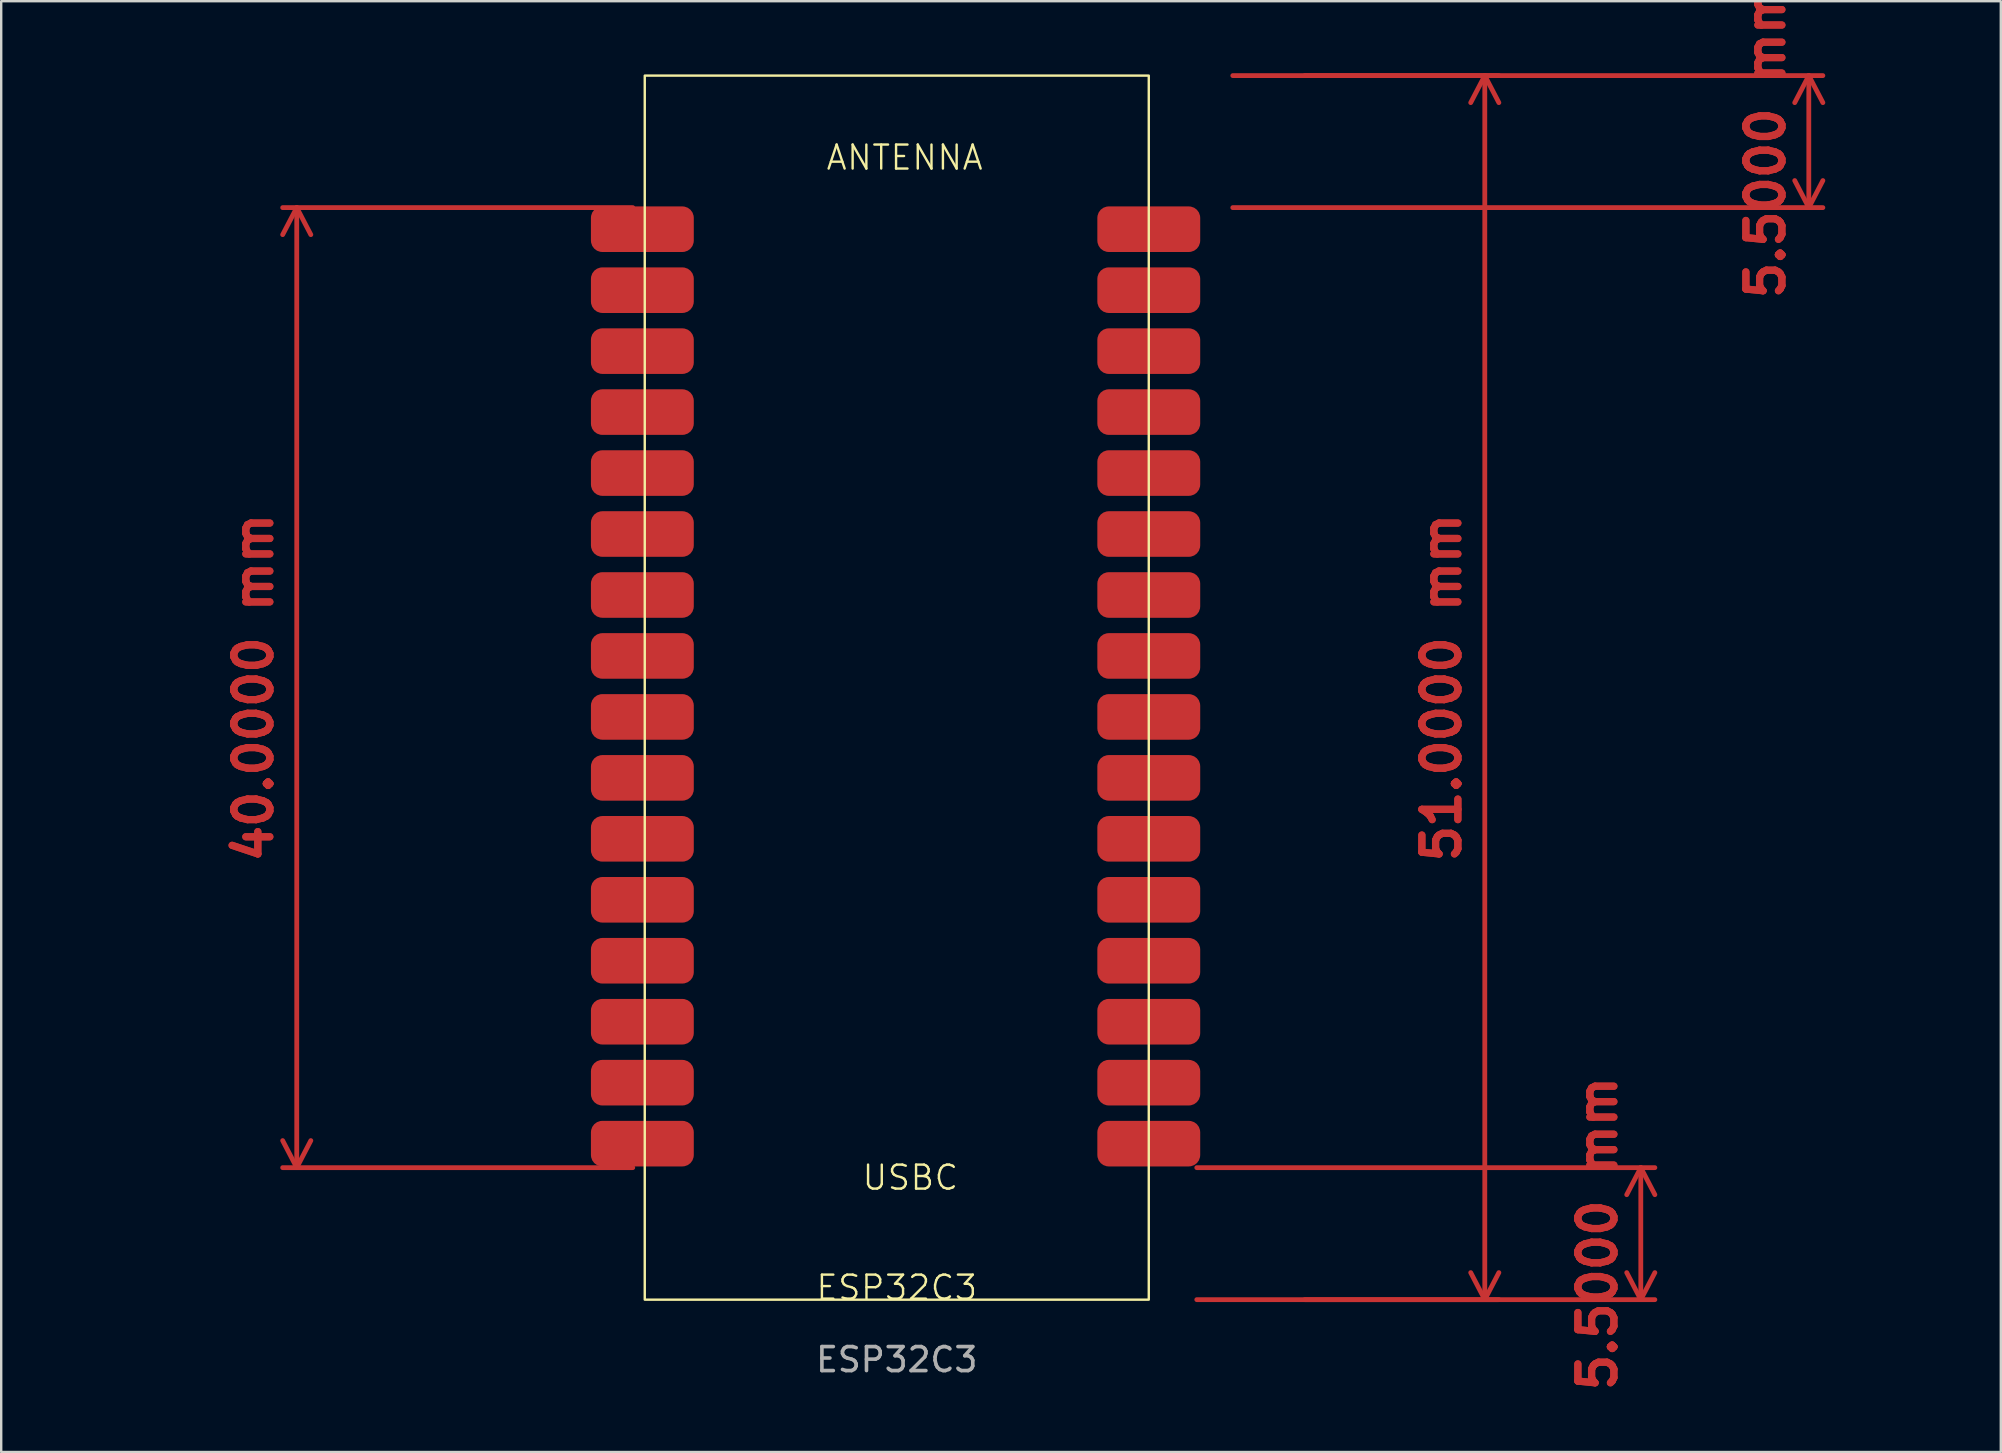
<source format=kicad_pcb>
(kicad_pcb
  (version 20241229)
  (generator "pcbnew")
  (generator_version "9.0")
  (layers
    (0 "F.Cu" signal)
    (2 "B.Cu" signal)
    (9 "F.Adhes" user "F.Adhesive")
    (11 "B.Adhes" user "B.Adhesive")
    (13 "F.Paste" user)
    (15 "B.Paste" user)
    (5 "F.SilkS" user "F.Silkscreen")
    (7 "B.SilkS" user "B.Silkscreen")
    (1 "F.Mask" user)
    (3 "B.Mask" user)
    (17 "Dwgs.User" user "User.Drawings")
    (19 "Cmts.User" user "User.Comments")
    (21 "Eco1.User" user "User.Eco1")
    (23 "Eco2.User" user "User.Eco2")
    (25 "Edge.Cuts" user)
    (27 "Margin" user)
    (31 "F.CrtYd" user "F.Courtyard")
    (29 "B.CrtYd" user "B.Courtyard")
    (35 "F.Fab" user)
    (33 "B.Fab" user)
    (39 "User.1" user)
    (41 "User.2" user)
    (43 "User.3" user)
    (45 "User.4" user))
  (footprint "ESP32C3"
    (layer "F.Cu")
    (at 34.314 51.1)
    (property "Reference" "ESP32C3" (at 0 -0.5 0) (unlocked yes) (layer "F.SilkS") (effects (font (size 1 1) (thickness 0.1))))
    (attr smd)
    (fp_rect (start -10.5 0) (end 10.5 -51) (stroke (width 0.1) (type default)) (fill no) (layer "F.SilkS"))
    (fp_text user "ANTENNA" (at -3 -47 0) (unlocked yes) (layer "F.SilkS") (effects (font (size 1 1) (thickness 0.1)) (justify left bottom)))
    (fp_text user "USBC" (at -1.5 -4.5 0) (unlocked yes) (layer "F.SilkS") (effects (font (size 1 1) (thickness 0.1)) (justify left bottom)))
    (fp_text user "${REFERENCE}" (at 0 2.5 0) (unlocked yes) (layer "F.Fab") (effects (font (size 1 1) (thickness 0.15))))
    (dimension (type aligned) (layer "F.Cu") (pts (xy 50.814 51.1) (xy 50.814 0.1)) (height 8) (format (prefix "") (suffix "") (units 3) (units_format 1) (precision 4)) (style (thickness 0.2) (arrow_length 1.27) (text_position_mode 0) (arrow_direction outward) (extension_height 0.586) (extension_offset 0.5) (keep_text_aligned yes)) (gr_text "51.0000 mm" (at 57.014 25.6 90) (layer "F.Cu") (effects (font (size 1.5 1.5) (thickness 0.3)))))
    (dimension (type aligned) (layer "F.Cu") (pts (xy 46.314 51.1) (xy 46.314 45.6)) (height 19) (format (prefix "") (suffix "") (units 3) (units_format 1) (precision 4)) (style (thickness 0.2) (arrow_length 1.27) (text_position_mode 0) (arrow_direction outward) (extension_height 0.586) (extension_offset 0.5) (keep_text_aligned yes)) (gr_text "5.5000 mm" (at 63.514 48.35 90) (layer "F.Cu") (effects (font (size 1.5 1.5) (thickness 0.3)))))
    (dimension (type aligned) (layer "F.Cu") (pts (xy 23.814 45.6) (xy 23.814 5.6)) (height -14.5) (format (prefix "") (suffix "") (units 3) (units_format 1) (precision 4)) (style (thickness 0.2) (arrow_length 1.27) (text_position_mode 0) (arrow_direction outward) (extension_height 0.586) (extension_offset 0.5) (keep_text_aligned yes)) (gr_text "40.0000 mm" (at 7.514 25.6 90) (layer "F.Cu") (effects (font (size 1.5 1.5) (thickness 0.3)))))
    (dimension (type aligned) (layer "F.Cu") (pts (xy 47.814 0.1) (xy 47.814 5.6)) (height -24.5) (format (prefix "") (suffix "") (units 3) (units_format 1) (precision 4)) (style (thickness 0.2) (arrow_length 1.27) (text_position_mode 0) (arrow_direction outward) (extension_height 0.586) (extension_offset 0.5) (keep_text_aligned yes)) (gr_text "5.5000 mm" (at 70.514 2.85 90) (layer "F.Cu") (effects (font (size 1.5 1.5) (thickness 0.3)))))
    (pad "1" smd roundrect (at -10.6 -44.6) (size 4.286 1.9) (layers "F.Cu" "F.Mask" "F.Paste") (roundrect_rratio 0.25))
    (pad "2" smd roundrect (at -10.6 -42.06) (size 4.286 1.9) (layers "F.Cu" "F.Mask" "F.Paste") (roundrect_rratio 0.25))
    (pad "3" smd roundrect (at -10.6 -39.52) (size 4.286 1.9) (layers "F.Cu" "F.Mask" "F.Paste") (roundrect_rratio 0.25))
    (pad "4" smd roundrect (at -10.6 -36.98) (size 4.286 1.9) (layers "F.Cu" "F.Mask" "F.Paste") (roundrect_rratio 0.25))
    (pad "5" smd roundrect (at -10.6 -34.44) (size 4.286 1.9) (layers "F.Cu" "F.Mask" "F.Paste") (roundrect_rratio 0.25))
    (pad "6" smd roundrect (at -10.6 -31.9) (size 4.286 1.9) (layers "F.Cu" "F.Mask" "F.Paste") (roundrect_rratio 0.25))
    (pad "7" smd roundrect (at -10.6 -29.36) (size 4.286 1.9) (layers "F.Cu" "F.Mask" "F.Paste") (roundrect_rratio 0.25))
    (pad "8" smd roundrect (at -10.6 -26.82) (size 4.286 1.9) (layers "F.Cu" "F.Mask" "F.Paste") (roundrect_rratio 0.25))
    (pad "9" smd roundrect (at -10.6 -24.28) (size 4.286 1.9) (layers "F.Cu" "F.Mask" "F.Paste") (roundrect_rratio 0.25))
    (pad "10" smd roundrect (at -10.6 -21.74) (size 4.286 1.9) (layers "F.Cu" "F.Mask" "F.Paste") (roundrect_rratio 0.25))
    (pad "11" smd roundrect (at -10.6 -19.2) (size 4.286 1.9) (layers "F.Cu" "F.Mask" "F.Paste") (roundrect_rratio 0.25))
    (pad "12" smd roundrect (at -10.6 -16.66) (size 4.286 1.9) (layers "F.Cu" "F.Mask" "F.Paste") (roundrect_rratio 0.25))
    (pad "13" smd roundrect (at -10.6 -14.12) (size 4.286 1.9) (layers "F.Cu" "F.Mask" "F.Paste") (roundrect_rratio 0.25))
    (pad "14" smd roundrect (at -10.6 -11.58) (size 4.286 1.9) (layers "F.Cu" "F.Mask" "F.Paste") (roundrect_rratio 0.25))
    (pad "15" smd roundrect (at -10.6 -9.04) (size 4.286 1.9) (layers "F.Cu" "F.Mask" "F.Paste") (roundrect_rratio 0.25))
    (pad "16" smd roundrect (at -10.6 -6.5) (size 4.286 1.9) (layers "F.Cu" "F.Mask" "F.Paste") (roundrect_rratio 0.25))
    (pad "17" smd roundrect (at 10.5 -44.6) (size 4.286 1.9) (layers "F.Cu" "F.Mask" "F.Paste") (roundrect_rratio 0.25))
    (pad "18" smd roundrect (at 10.5 -42.06) (size 4.286 1.9) (layers "F.Cu" "F.Mask" "F.Paste") (roundrect_rratio 0.25))
    (pad "19" smd roundrect (at 10.5 -39.52) (size 4.286 1.9) (layers "F.Cu" "F.Mask" "F.Paste") (roundrect_rratio 0.25))
    (pad "20" smd roundrect (at 10.5 -36.98) (size 4.286 1.9) (layers "F.Cu" "F.Mask" "F.Paste") (roundrect_rratio 0.25))
    (pad "21" smd roundrect (at 10.5 -34.44) (size 4.286 1.9) (layers "F.Cu" "F.Mask" "F.Paste") (roundrect_rratio 0.25))
    (pad "22" smd roundrect (at 10.5 -31.9) (size 4.286 1.9) (layers "F.Cu" "F.Mask" "F.Paste") (roundrect_rratio 0.25))
    (pad "23" smd roundrect (at 10.5 -29.36) (size 4.286 1.9) (layers "F.Cu" "F.Mask" "F.Paste") (roundrect_rratio 0.25))
    (pad "24" smd roundrect (at 10.5 -26.82) (size 4.286 1.9) (layers "F.Cu" "F.Mask" "F.Paste") (roundrect_rratio 0.25))
    (pad "25" smd roundrect (at 10.5 -24.28) (size 4.286 1.9) (layers "F.Cu" "F.Mask" "F.Paste") (roundrect_rratio 0.25))
    (pad "26" smd roundrect (at 10.5 -21.74) (size 4.286 1.9) (layers "F.Cu" "F.Mask" "F.Paste") (roundrect_rratio 0.25))
    (pad "27" smd roundrect (at 10.5 -19.2) (size 4.286 1.9) (layers "F.Cu" "F.Mask" "F.Paste") (roundrect_rratio 0.25))
    (pad "28" smd roundrect (at 10.5 -16.66) (size 4.286 1.9) (layers "F.Cu" "F.Mask" "F.Paste") (roundrect_rratio 0.25))
    (pad "29" smd roundrect (at 10.5 -14.12) (size 4.286 1.9) (layers "F.Cu" "F.Mask" "F.Paste") (roundrect_rratio 0.25))
    (pad "30" smd roundrect (at 10.5 -11.58) (size 4.286 1.9) (layers "F.Cu" "F.Mask" "F.Paste") (roundrect_rratio 0.25))
    (pad "31" smd roundrect (at 10.5 -9.04) (size 4.286 1.9) (layers "F.Cu" "F.Mask" "F.Paste") (roundrect_rratio 0.25))
    (pad "32" smd roundrect (at 10.5 -6.5) (size 4.286 1.9) (layers "F.Cu" "F.Mask" "F.Paste") (roundrect_rratio 0.25)))
  (gr_rect
    (start -3 -3)
    (end 80.314 57.448)
    (stroke (width 0.1) (type default))
    (fill no)
    (layer "Edge.Cuts")))
</source>
